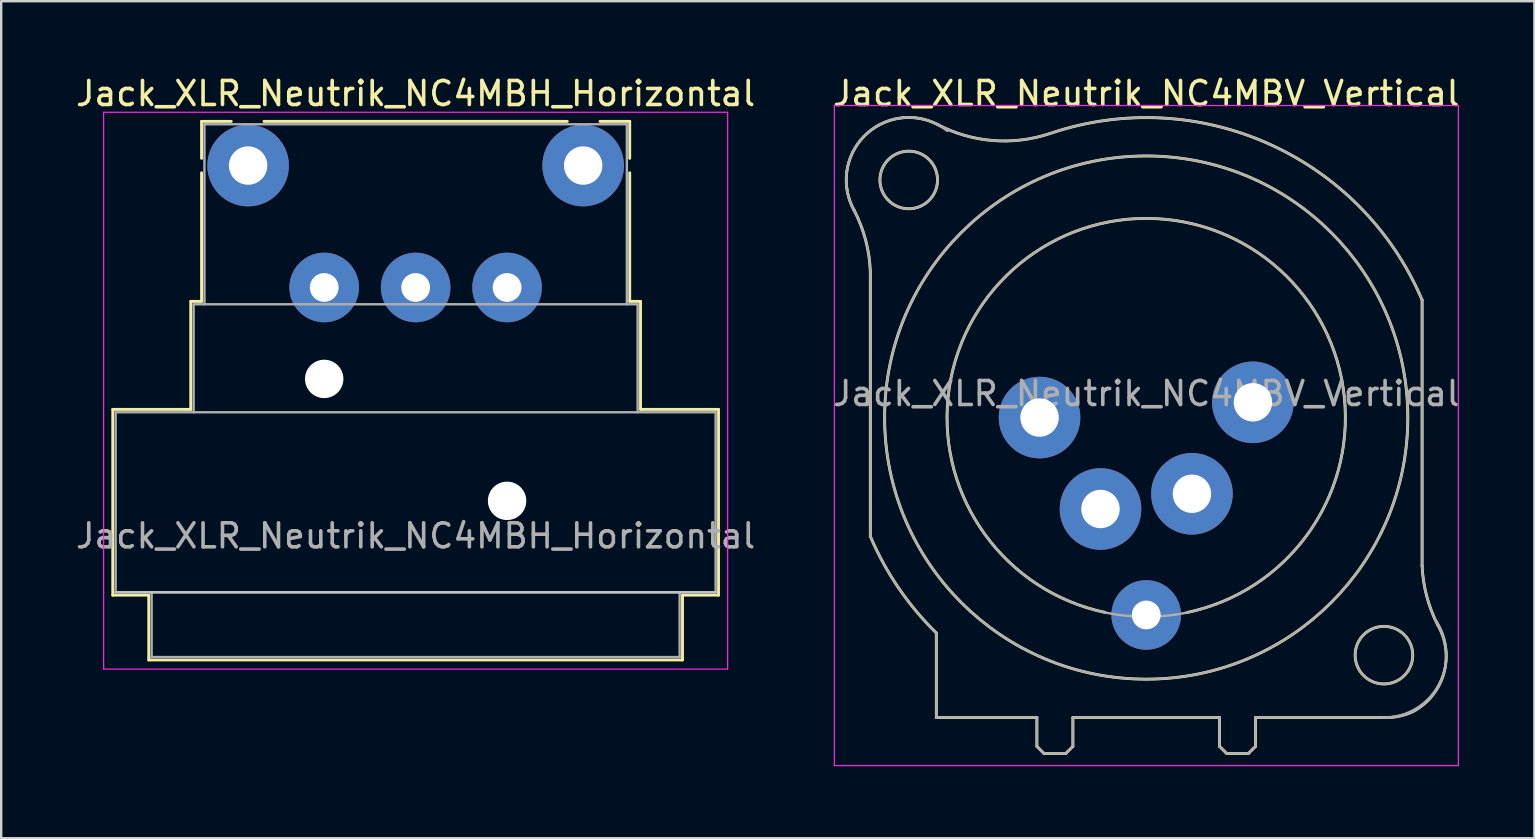
<source format=kicad_pcb>
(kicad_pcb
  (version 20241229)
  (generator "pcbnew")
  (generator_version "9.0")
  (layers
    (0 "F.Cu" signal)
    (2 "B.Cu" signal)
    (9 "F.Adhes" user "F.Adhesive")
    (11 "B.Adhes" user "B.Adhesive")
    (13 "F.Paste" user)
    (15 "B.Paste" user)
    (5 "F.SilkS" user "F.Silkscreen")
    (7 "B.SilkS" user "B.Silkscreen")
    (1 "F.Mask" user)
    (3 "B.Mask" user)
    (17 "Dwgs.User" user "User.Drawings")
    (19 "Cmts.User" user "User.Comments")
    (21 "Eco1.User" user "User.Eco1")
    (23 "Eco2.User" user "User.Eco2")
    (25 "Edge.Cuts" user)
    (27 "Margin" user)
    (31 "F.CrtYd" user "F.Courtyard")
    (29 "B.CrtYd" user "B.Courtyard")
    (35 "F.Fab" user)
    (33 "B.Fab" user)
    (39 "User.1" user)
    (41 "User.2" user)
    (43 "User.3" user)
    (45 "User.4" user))
  (footprint "Jack_XLR_Neutrik_NC4MBV_Vertical"
    (layer "F.Cu")
    (at 40.263 14.348)
    (property "Reference" "Jack_XLR_Neutrik_NC4MBV_Vertical" (at 4.445 -13.5 0) (layer "F.SilkS") (effects (font (size 1 1) (thickness 0.15))))
    (attr through_hole)
    (fp_line (start -7.05 -6.08) (end -7.05 4.95) (stroke (width 0.12) (type solid)) (layer "F.SilkS"))
    (fp_line (start -4.3 12.5) (end -4.3 8.98) (stroke (width 0.12) (type solid)) (layer "F.SilkS"))
    (fp_line (start -0.11 12.5) (end -4.3 12.5) (stroke (width 0.12) (type solid)) (layer "F.SilkS"))
    (fp_line (start -0.11 12.5) (end -0.11 13.7) (stroke (width 0.12) (type solid)) (layer "F.SilkS"))
    (fp_line (start -0.11 13.7) (end 0.19 14) (stroke (width 0.12) (type solid)) (layer "F.SilkS"))
    (fp_line (start 1.09 14) (end 0.19 14) (stroke (width 0.12) (type solid)) (layer "F.SilkS"))
    (fp_line (start 1.39 12.5) (end 1.39 13.7) (stroke (width 0.12) (type solid)) (layer "F.SilkS"))
    (fp_line (start 1.39 13.7) (end 1.09 14) (stroke (width 0.12) (type solid)) (layer "F.SilkS"))
    (fp_line (start 7.5 12.5) (end 1.39 12.5) (stroke (width 0.12) (type solid)) (layer "F.SilkS"))
    (fp_line (start 7.5 12.5) (end 7.5 13.7) (stroke (width 0.12) (type solid)) (layer "F.SilkS"))
    (fp_line (start 7.5 13.7) (end 7.8 14) (stroke (width 0.12) (type solid)) (layer "F.SilkS"))
    (fp_line (start 7.8 14) (end 8.7 14) (stroke (width 0.12) (type solid)) (layer "F.SilkS"))
    (fp_line (start 9 12.5) (end 9 13.7) (stroke (width 0.12) (type solid)) (layer "F.SilkS"))
    (fp_line (start 9 13.7) (end 8.7 14) (stroke (width 0.12) (type solid)) (layer "F.SilkS"))
    (fp_line (start 14.45 12.5) (end 9 12.5) (stroke (width 0.12) (type solid)) (layer "F.SilkS"))
    (fp_line (start 15.94 6.18) (end 15.94 -4.9) (stroke (width 0.12) (type solid)) (layer "F.SilkS"))
    (fp_arc (start -7.729201 -8.641635) (mid -7.2465 -7.39876) (end -7.05 -6.08) (stroke (width 0.12) (type solid)) (layer "F.SilkS"))
    (fp_arc (start -7.725637 -8.636048) (mid -7.316154 -11.714819) (end -4.25 -12.21) (stroke (width 0.12) (type solid)) (layer "F.SilkS"))
    (fp_arc (start -4.299846 8.975956) (mid -5.873184 7.098411) (end -7.05 4.95) (stroke (width 0.12) (type solid)) (layer "F.SilkS"))
    (fp_arc (start 0.433843 -11.835383) (mid -1.946442 -11.543029) (end -4.25 -12.21) (stroke (width 0.12) (type solid)) (layer "F.SilkS"))
    (fp_arc (start 0.441327 -11.837045) (mid 9.549963 -11.405454) (end 15.94 -4.9) (stroke (width 0.12) (type solid)) (layer "F.SilkS"))
    (fp_arc (start 2.735 8.12) (mid 4.451114 -8.2981) (end 6.143033 8.122511) (stroke (width 0.12) (type solid)) (layer "F.SilkS"))
    (fp_arc (start 15.558668 12.251777) (mid 15.018058 12.437185) (end 14.45 12.5) (stroke (width 0.12) (type solid)) (layer "F.SilkS"))
    (fp_arc (start 16.596979 8.653179) (mid 16.135244 7.451985) (end 15.94 6.18) (stroke (width 0.12) (type solid)) (layer "F.SilkS"))
    (fp_arc (start 16.598286 8.654414) (mid 16.841335 10.672303) (end 15.56 12.25) (stroke (width 0.12) (type solid)) (layer "F.SilkS"))
    (fp_circle (center -5.45 -9.9) (end -4.25 -9.9) (stroke (width 0.12) (type solid)) (fill no) (layer "F.SilkS"))
    (fp_circle (center 4.445 0) (end 15.345 0) (stroke (width 0.12) (type solid)) (fill no) (layer "F.SilkS"))
    (fp_circle (center 14.35 9.9) (end 15.55 9.9) (stroke (width 0.12) (type solid)) (fill no) (layer "F.SilkS"))
    (fp_line (start -8.55 -13) (end 17.45 -13) (stroke (width 0.05) (type solid)) (layer "F.CrtYd"))
    (fp_line (start -8.55 14.5) (end -8.55 -13) (stroke (width 0.05) (type solid)) (layer "F.CrtYd"))
    (fp_line (start 17.45 -13) (end 17.45 14.5) (stroke (width 0.05) (type solid)) (layer "F.CrtYd"))
    (fp_line (start 17.45 14.5) (end -8.55 14.5) (stroke (width 0.05) (type solid)) (layer "F.CrtYd"))
    (fp_line (start -7.05 -6.08) (end -7.05 4.95) (stroke (width 0.1) (type solid)) (layer "F.Fab"))
    (fp_line (start -4.3 12.5) (end -4.3 8.98) (stroke (width 0.1) (type solid)) (layer "F.Fab"))
    (fp_line (start -0.11 12.5) (end -4.3 12.5) (stroke (width 0.1) (type solid)) (layer "F.Fab"))
    (fp_line (start -0.11 12.5) (end -0.11 13.7) (stroke (width 0.1) (type solid)) (layer "F.Fab"))
    (fp_line (start -0.11 13.7) (end 0.19 14) (stroke (width 0.1) (type solid)) (layer "F.Fab"))
    (fp_line (start 1.09 14) (end 0.19 14) (stroke (width 0.1) (type solid)) (layer "F.Fab"))
    (fp_line (start 1.39 12.5) (end 1.39 13.7) (stroke (width 0.1) (type solid)) (layer "F.Fab"))
    (fp_line (start 1.39 13.7) (end 1.09 14) (stroke (width 0.1) (type solid)) (layer "F.Fab"))
    (fp_line (start 7.5 12.5) (end 1.39 12.5) (stroke (width 0.1) (type solid)) (layer "F.Fab"))
    (fp_line (start 7.5 12.5) (end 7.5 13.7) (stroke (width 0.1) (type solid)) (layer "F.Fab"))
    (fp_line (start 7.5 13.7) (end 7.8 14) (stroke (width 0.1) (type solid)) (layer "F.Fab"))
    (fp_line (start 7.8 14) (end 8.7 14) (stroke (width 0.1) (type solid)) (layer "F.Fab"))
    (fp_line (start 9 12.5) (end 9 13.7) (stroke (width 0.1) (type solid)) (layer "F.Fab"))
    (fp_line (start 9 13.7) (end 8.7 14) (stroke (width 0.1) (type solid)) (layer "F.Fab"))
    (fp_line (start 14.45 12.5) (end 9 12.5) (stroke (width 0.1) (type solid)) (layer "F.Fab"))
    (fp_line (start 15.94 6.18) (end 15.94 -4.9) (stroke (width 0.1) (type solid)) (layer "F.Fab"))
    (fp_arc (start -7.729201 -8.641635) (mid -7.2465 -7.39876) (end -7.05 -6.08) (stroke (width 0.1) (type solid)) (layer "F.Fab"))
    (fp_arc (start -7.725637 -8.636048) (mid -7.316154 -11.714819) (end -4.25 -12.21) (stroke (width 0.1) (type solid)) (layer "F.Fab"))
    (fp_arc (start -7.685 -8.57) (mid -7.168921 -11.858868) (end -3.840849 -11.942067) (stroke (width 0.1) (type solid)) (layer "F.Fab"))
    (fp_arc (start -4.299846 8.975956) (mid -5.873184 7.098411) (end -7.05 4.95) (stroke (width 0.1) (type solid)) (layer "F.Fab"))
    (fp_arc (start 0.433843 -11.835383) (mid -1.946442 -11.543029) (end -4.25 -12.21) (stroke (width 0.1) (type solid)) (layer "F.Fab"))
    (fp_arc (start 0.441327 -11.837045) (mid 9.549963 -11.405454) (end 15.94 -4.9) (stroke (width 0.1) (type solid)) (layer "F.Fab"))
    (fp_arc (start 15.558668 12.251777) (mid 15.018058 12.437185) (end 14.45 12.5) (stroke (width 0.1) (type solid)) (layer "F.Fab"))
    (fp_arc (start 16.555 8.516) (mid 16.62253 11.159357) (end 14.343337 12.499945) (stroke (width 0.1) (type solid)) (layer "F.Fab"))
    (fp_arc (start 16.596979 8.653179) (mid 16.135244 7.451985) (end 15.94 6.18) (stroke (width 0.1) (type solid)) (layer "F.Fab"))
    (fp_arc (start 16.598286 8.654414) (mid 16.841335 10.672303) (end 15.56 12.25) (stroke (width 0.1) (type solid)) (layer "F.Fab"))
    (fp_circle (center -5.45 -9.9) (end -4.25 -9.9) (stroke (width 0.1) (type solid)) (fill no) (layer "F.Fab"))
    (fp_circle (center 4.445 0) (end 12.745 0) (stroke (width 0.1) (type solid)) (fill no) (layer "F.Fab"))
    (fp_circle (center 4.445 0) (end 15.345 0) (stroke (width 0.1) (type solid)) (fill no) (layer "F.Fab"))
    (fp_circle (center 14.35 9.9) (end 15.55 9.9) (stroke (width 0.1) (type solid)) (fill no) (layer "F.Fab"))
    (fp_text user "${REFERENCE}" (at 4.445 -1 0) (layer "F.Fab") (effects (font (size 1 1) (thickness 0.15))))
    (pad "1" thru_hole circle (at 0 0) (size 3.4 3.4) (drill 1.6) (layers "*.Cu" "*.Mask"))
    (pad "2" thru_hole circle (at 2.54 3.81) (size 3.4 3.4) (drill 1.6) (layers "*.Cu" "*.Mask"))
    (pad "3" thru_hole circle (at 6.35 3.175) (size 3.4 3.4) (drill 1.6) (layers "*.Cu" "*.Mask"))
    (pad "4" thru_hole circle (at 8.89 -0.635) (size 3.4 3.4) (drill 1.6) (layers "*.Cu" "*.Mask"))
    (pad "G" thru_hole circle (at 4.445 8.225) (size 2.9 2.9) (drill 1.2) (layers "*.Cu" "*.Mask")))
  (footprint "Jack_XLR_Neutrik_NC4MBH_Horizontal"
    (layer "F.Cu")
    (at 7.288 3.848)
    (property "Reference" "Jack_XLR_Neutrik_NC4MBH_Horizontal" (at 6.98 -3 0) (layer "F.SilkS") (effects (font (size 1 1) (thickness 0.15))))
    (attr through_hole)
    (fp_line (start -5.64 10.16) (end -2.39 10.16) (stroke (width 0.12) (type solid)) (layer "F.SilkS"))
    (fp_line (start -5.64 17.9) (end -5.64 10.16) (stroke (width 0.12) (type solid)) (layer "F.SilkS"))
    (fp_line (start -4.14 17.9) (end -5.64 17.9) (stroke (width 0.12) (type solid)) (layer "F.SilkS"))
    (fp_line (start -4.14 17.9) (end -4.14 20.6) (stroke (width 0.12) (type solid)) (layer "F.SilkS"))
    (fp_line (start -2.39 10.16) (end -2.39 5.66) (stroke (width 0.12) (type solid)) (layer "F.SilkS"))
    (fp_line (start -1.94 -1.84) (end -1.94 -0.3) (stroke (width 0.12) (type solid)) (layer "F.SilkS"))
    (fp_line (start -1.94 -1.84) (end -0.7 -1.84) (stroke (width 0.12) (type solid)) (layer "F.SilkS"))
    (fp_line (start -1.94 5.66) (end -2.39 5.66) (stroke (width 0.12) (type solid)) (layer "F.SilkS"))
    (fp_line (start -1.94 5.66) (end -1.94 0.3) (stroke (width 0.12) (type solid)) (layer "F.SilkS"))
    (fp_line (start 13.3 -1.84) (end 0.66 -1.84) (stroke (width 0.12) (type solid)) (layer "F.SilkS"))
    (fp_line (start 15.9 -1.84) (end 14.66 -1.84) (stroke (width 0.12) (type solid)) (layer "F.SilkS"))
    (fp_line (start 15.9 -1.84) (end 15.9 -0.3) (stroke (width 0.12) (type solid)) (layer "F.SilkS"))
    (fp_line (start 15.9 5.66) (end 15.9 0.3) (stroke (width 0.12) (type solid)) (layer "F.SilkS"))
    (fp_line (start 15.9 5.66) (end 16.35 5.66) (stroke (width 0.12) (type solid)) (layer "F.SilkS"))
    (fp_line (start 16.35 10.16) (end 16.35 5.66) (stroke (width 0.12) (type solid)) (layer "F.SilkS"))
    (fp_line (start 16.35 10.16) (end 19.6 10.16) (stroke (width 0.12) (type solid)) (layer "F.SilkS"))
    (fp_line (start 18.1 17.9) (end 18.1 20.6) (stroke (width 0.12) (type solid)) (layer "F.SilkS"))
    (fp_line (start 18.1 20.6) (end -4.14 20.6) (stroke (width 0.12) (type solid)) (layer "F.SilkS"))
    (fp_line (start 19.6 17.9) (end 18.1 17.9) (stroke (width 0.12) (type solid)) (layer "F.SilkS"))
    (fp_line (start 19.6 17.9) (end 19.6 10.16) (stroke (width 0.12) (type solid)) (layer "F.SilkS"))
    (fp_line (start 19.48 17.78) (end -5.52 17.78) (stroke (width 0.1) (type solid)) (layer "Dwgs.User"))
    (fp_line (start -6.02 20.98) (end -6.02 -2.22) (stroke (width 0.05) (type solid)) (layer "F.CrtYd"))
    (fp_line (start 19.98 -2.22) (end -6.02 -2.22) (stroke (width 0.05) (type solid)) (layer "F.CrtYd"))
    (fp_line (start 19.98 20.98) (end -6.02 20.98) (stroke (width 0.05) (type solid)) (layer "F.CrtYd"))
    (fp_line (start 19.98 20.98) (end 19.98 -2.22) (stroke (width 0.05) (type solid)) (layer "F.CrtYd"))
    (fp_line (start -5.52 10.28) (end 19.48 10.28) (stroke (width 0.1) (type solid)) (layer "F.Fab"))
    (fp_line (start -5.52 17.78) (end -5.52 10.28) (stroke (width 0.1) (type solid)) (layer "F.Fab"))
    (fp_line (start -4.02 20.48) (end -4.02 17.78) (stroke (width 0.1) (type solid)) (layer "F.Fab"))
    (fp_line (start -2.27 5.78) (end -2.27 10.28) (stroke (width 0.1) (type solid)) (layer "F.Fab"))
    (fp_line (start -2.27 5.78) (end 16.23 5.78) (stroke (width 0.1) (type solid)) (layer "F.Fab"))
    (fp_line (start -1.82 5.78) (end -1.82 -1.72) (stroke (width 0.1) (type solid)) (layer "F.Fab"))
    (fp_line (start 15.78 -1.72) (end -1.82 -1.72) (stroke (width 0.1) (type solid)) (layer "F.Fab"))
    (fp_line (start 15.78 5.78) (end 15.78 -1.72) (stroke (width 0.1) (type solid)) (layer "F.Fab"))
    (fp_line (start 16.23 10.28) (end 16.23 5.78) (stroke (width 0.1) (type solid)) (layer "F.Fab"))
    (fp_line (start 17.98 17.78) (end 17.98 20.48) (stroke (width 0.1) (type solid)) (layer "F.Fab"))
    (fp_line (start 17.98 20.48) (end -4.02 20.48) (stroke (width 0.1) (type solid)) (layer "F.Fab"))
    (fp_line (start 19.48 10.28) (end 19.48 17.78) (stroke (width 0.1) (type solid)) (layer "F.Fab"))
    (fp_line (start 19.48 17.78) (end -5.52 17.78) (stroke (width 0.1) (type solid)) (layer "F.Fab"))
    (fp_text user "${REFERENCE}" (at 6.98 15.43 0) (layer "F.Fab") (effects (font (size 1 1) (thickness 0.15))))
    (pad "" np_thru_hole circle (at 3.17 8.89) (size 1.6 1.6) (drill 1.6) (layers "*.Cu" "*.Mask"))
    (pad "" np_thru_hole circle (at 10.79 13.97) (size 1.6 1.6) (drill 1.6) (layers "*.Cu" "*.Mask"))
    (pad "1" thru_hole circle (at 0 0) (size 3.4 3.4) (drill 1.6) (layers "*.Cu" "*.Mask"))
    (pad "2" thru_hole circle (at 3.17 5.08) (size 2.9 2.9) (drill 1.2) (layers "*.Cu" "*.Mask"))
    (pad "3" thru_hole circle (at 10.79 5.08) (size 2.9 2.9) (drill 1.2) (layers "*.Cu" "*.Mask"))
    (pad "4" thru_hole circle (at 13.96 0) (size 3.4 3.4) (drill 1.6) (layers "*.Cu" "*.Mask"))
    (pad "G" thru_hole circle (at 6.98 5.08) (size 2.9 2.9) (drill 1.2) (layers "*.Cu" "*.Mask")))
  (gr_rect
    (start -3 -3)
    (end 60.881 31.873)
    (stroke (width 0.1) (type default))
    (fill no)
    (layer "Edge.Cuts")))
</source>
